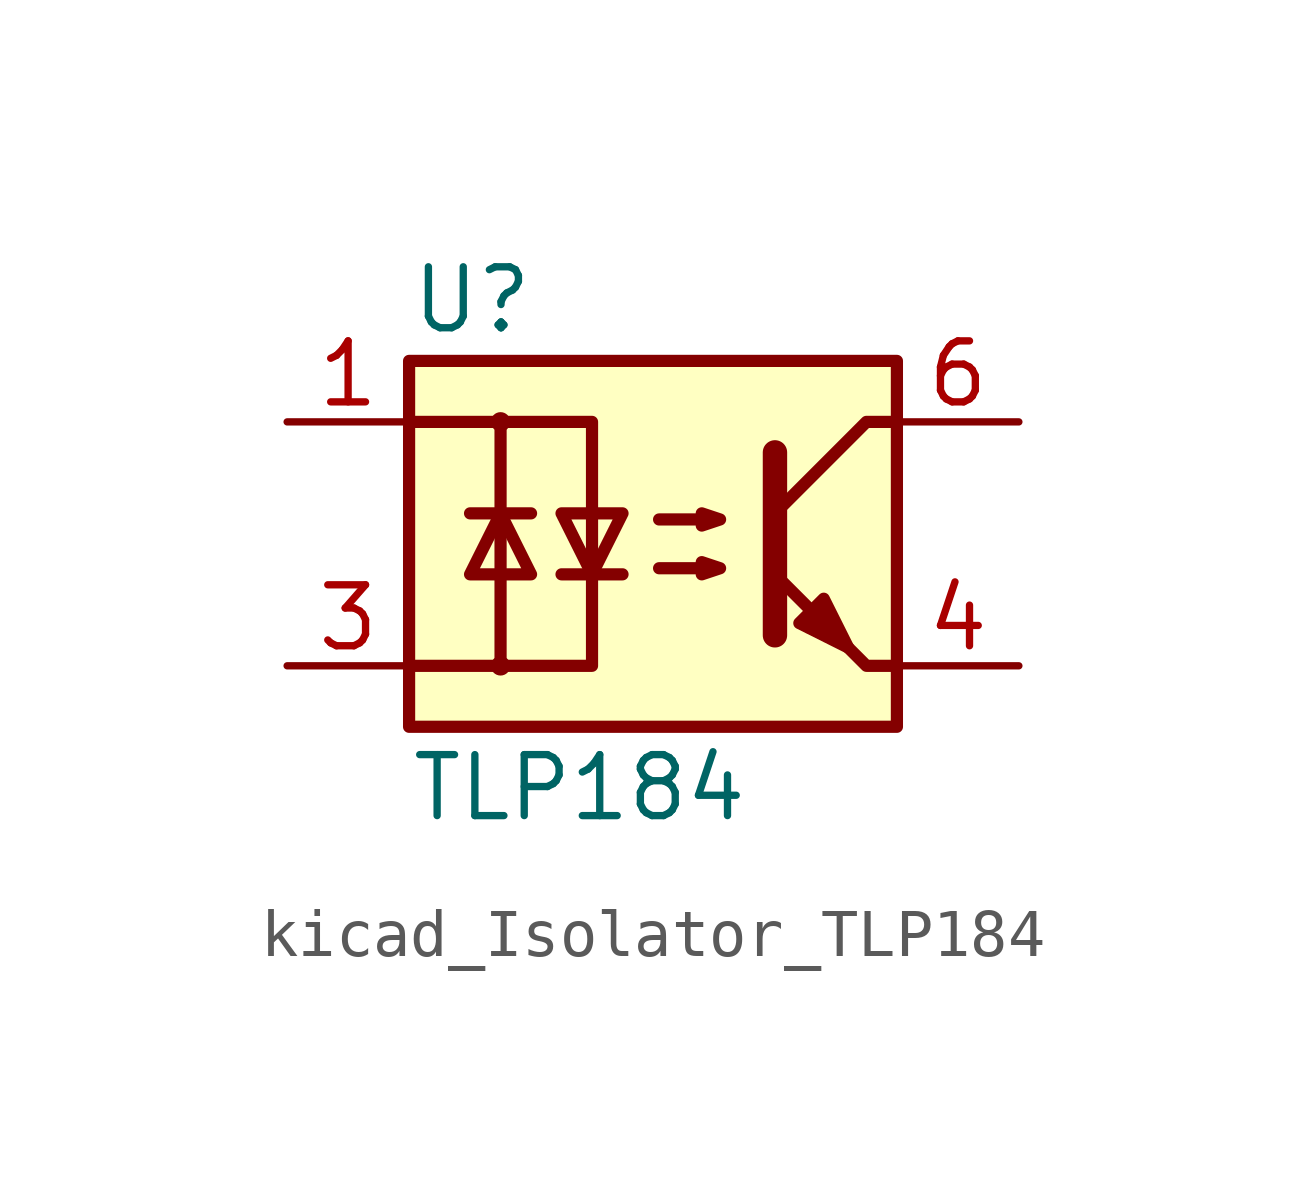
<source format=kicad_sym>
(kicad_symbol_lib
  (version 20220914)
  (generator kicad_symbol_editor)
  (symbol "kicad_Isolator_TLP184"
    (property "Reference" "U"
      (at -5.08 5.08 0)
      (effects (font (size 1.27 1.27)) (justify left)))
    (property "Value" "TLP184"
      (at -5.08 -5.08 0)
      (effects (font (size 1.27 1.27)) (justify left)))
    (symbol "kicad_Isolator_TLP184_0_1"
      (rectangle (start -5.08 3.81) (end 5.08 -3.81) (stroke (width 0.254) (type default)) (fill (type background)))
      (circle (center -3.175 -2.54) (radius 0.127) (stroke (width 0) (type default)) (fill (type none)))
      (circle (center -3.175 2.54) (radius 0.127) (stroke (width 0) (type default)) (fill (type none)))
      (polyline (pts (xy -3.81 0.635) (xy -2.54 0.635)) (stroke (width 0.254) (type default)) (fill (type none)))
      (polyline (pts (xy -1.905 -0.635) (xy -0.635 -0.635)) (stroke (width 0.254) (type default)) (fill (type none)))
      (polyline (pts (xy 2.54 1.905) (xy 2.54 -1.905) (xy 2.54 -1.905)) (stroke (width 0.508) (type default)) (fill (type none)))
      (polyline (pts (xy 5.08 -2.54) (xy 4.445 -2.54) (xy 2.54 -0.635)) (stroke (width 0.254) (type default)) (fill (type none)))
      (polyline (pts (xy 5.08 2.54) (xy 4.445 2.54) (xy 2.54 0.635)) (stroke (width 0.254) (type default)) (fill (type none)))
      (polyline (pts (xy -5.08 2.54) (xy -3.175 2.54) (xy -3.175 -2.54) (xy -5.08 -2.54)) (stroke (width 0.254) (type default)) (fill (type none)))
      (polyline (pts (xy -3.175 -2.54) (xy -1.27 -2.54) (xy -1.27 2.54) (xy -3.175 2.54)) (stroke (width 0.254) (type default)) (fill (type none)))
      (polyline (pts (xy -3.175 0.635) (xy -3.81 -0.635) (xy -2.54 -0.635) (xy -3.175 0.635)) (stroke (width 0.254) (type default)) (fill (type none)))
      (polyline (pts (xy -1.27 -0.635) (xy -1.905 0.635) (xy -0.635 0.635) (xy -1.27 -0.635)) (stroke (width 0.254) (type default)) (fill (type none)))
      (polyline (pts (xy 0.127 -0.508) (xy 1.397 -0.508) (xy 1.016 -0.635) (xy 1.016 -0.381) (xy 1.397 -0.508)) (stroke (width 0.254) (type default)) (fill (type none)))
      (polyline (pts (xy 0.127 0.508) (xy 1.397 0.508) (xy 1.016 0.381) (xy 1.016 0.635) (xy 1.397 0.508)) (stroke (width 0.254) (type default)) (fill (type none)))
      (polyline (pts (xy 3.048 -1.651) (xy 3.556 -1.143) (xy 4.064 -2.159) (xy 3.048 -1.651) (xy 3.048 -1.651)) (stroke (width 0.254) (type default)) (fill (type outline))))
    (symbol "kicad_Isolator_TLP184_1_1"
      (pin passive line (at -7.62 2.54 0) (length 2.54) (name "~" (effects (font (size 1.27 1.27)))) (number "1" (effects (font (size 1.27 1.27)))))
      (pin passive line (at -7.62 -2.54 0) (length 2.54) (name "~" (effects (font (size 1.27 1.27)))) (number "3" (effects (font (size 1.27 1.27)))))
      (pin passive line (at 7.62 -2.54 180) (length 2.54) (name "~" (effects (font (size 1.27 1.27)))) (number "4" (effects (font (size 1.27 1.27)))))
      (pin passive line (at 7.62 2.54 180) (length 2.54) (name "~" (effects (font (size 1.27 1.27)))) (number "6" (effects (font (size 1.27 1.27))))))))
</source>
